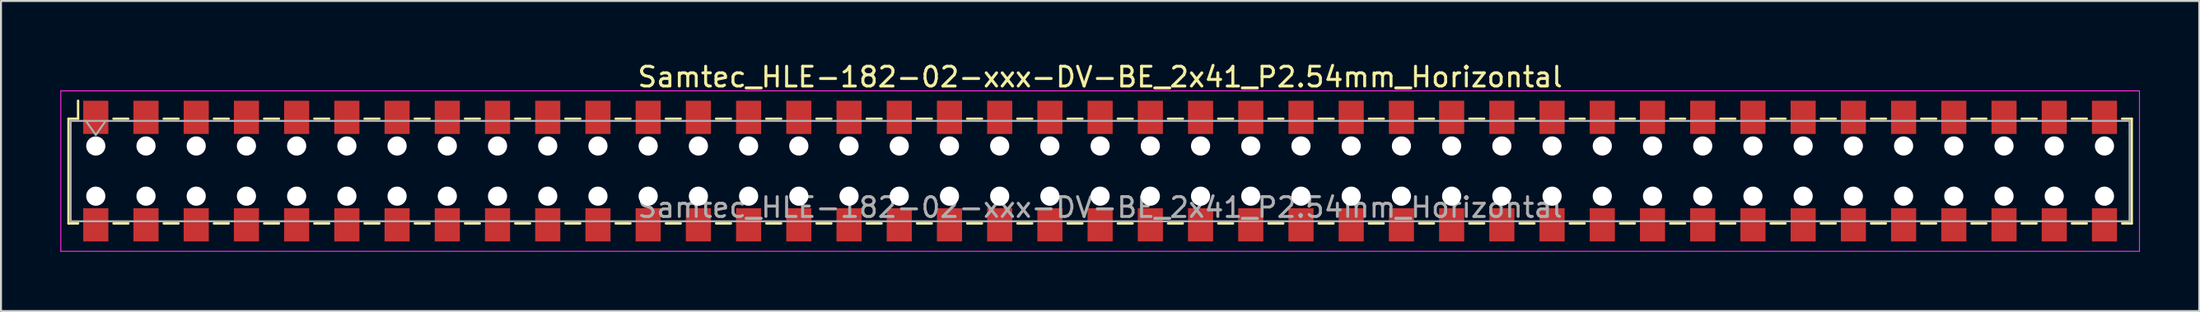
<source format=kicad_pcb>
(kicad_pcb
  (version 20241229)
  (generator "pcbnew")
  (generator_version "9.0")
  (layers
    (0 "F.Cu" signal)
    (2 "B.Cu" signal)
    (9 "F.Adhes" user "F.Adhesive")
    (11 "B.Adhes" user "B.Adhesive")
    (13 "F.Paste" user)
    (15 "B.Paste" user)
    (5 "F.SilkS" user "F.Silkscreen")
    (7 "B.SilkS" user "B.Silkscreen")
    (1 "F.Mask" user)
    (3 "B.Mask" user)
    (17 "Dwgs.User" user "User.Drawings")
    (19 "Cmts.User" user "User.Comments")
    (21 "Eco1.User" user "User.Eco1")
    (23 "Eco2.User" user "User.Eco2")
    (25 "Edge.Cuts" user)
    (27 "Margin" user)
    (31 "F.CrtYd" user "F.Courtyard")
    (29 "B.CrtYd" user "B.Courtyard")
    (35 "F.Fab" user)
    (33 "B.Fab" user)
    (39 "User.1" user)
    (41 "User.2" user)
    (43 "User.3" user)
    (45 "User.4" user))
  (footprint "Samtec_HLE-182-02-xxx-DV-BE_2x41_P2.54mm_Horizontal"
    (layer "F.Cu")
    (at 52.595 5.608)
    (property "Reference" "Samtec_HLE-182-02-xxx-DV-BE_2x41_P2.54mm_Horizontal" (at 0 -4.76 0) (layer "F.SilkS") (effects (font (size 1 1) (thickness 0.15))))
    (attr smd)
    (fp_line (start -52.18 -2.65) (end -52.18 2.65) (stroke (width 0.12) (type solid)) (layer "F.SilkS"))
    (fp_line (start -52.18 2.65) (end -51.695 2.65) (stroke (width 0.12) (type solid)) (layer "F.SilkS"))
    (fp_line (start -51.695 -3.56) (end -51.695 -2.65) (stroke (width 0.12) (type solid)) (layer "F.SilkS"))
    (fp_line (start -51.695 -2.65) (end -52.18 -2.65) (stroke (width 0.12) (type solid)) (layer "F.SilkS"))
    (fp_line (start -49.905 -2.65) (end -49.155 -2.65) (stroke (width 0.12) (type solid)) (layer "F.SilkS"))
    (fp_line (start -49.905 2.65) (end -49.155 2.65) (stroke (width 0.12) (type solid)) (layer "F.SilkS"))
    (fp_line (start -47.365 -2.65) (end -46.615 -2.65) (stroke (width 0.12) (type solid)) (layer "F.SilkS"))
    (fp_line (start -47.365 2.65) (end -46.615 2.65) (stroke (width 0.12) (type solid)) (layer "F.SilkS"))
    (fp_line (start -44.825 -2.65) (end -44.075 -2.65) (stroke (width 0.12) (type solid)) (layer "F.SilkS"))
    (fp_line (start -44.825 2.65) (end -44.075 2.65) (stroke (width 0.12) (type solid)) (layer "F.SilkS"))
    (fp_line (start -42.285 -2.65) (end -41.535 -2.65) (stroke (width 0.12) (type solid)) (layer "F.SilkS"))
    (fp_line (start -42.285 2.65) (end -41.535 2.65) (stroke (width 0.12) (type solid)) (layer "F.SilkS"))
    (fp_line (start -39.745 -2.65) (end -38.995 -2.65) (stroke (width 0.12) (type solid)) (layer "F.SilkS"))
    (fp_line (start -39.745 2.65) (end -38.995 2.65) (stroke (width 0.12) (type solid)) (layer "F.SilkS"))
    (fp_line (start -37.205 -2.65) (end -36.455 -2.65) (stroke (width 0.12) (type solid)) (layer "F.SilkS"))
    (fp_line (start -37.205 2.65) (end -36.455 2.65) (stroke (width 0.12) (type solid)) (layer "F.SilkS"))
    (fp_line (start -34.665 -2.65) (end -33.915 -2.65) (stroke (width 0.12) (type solid)) (layer "F.SilkS"))
    (fp_line (start -34.665 2.65) (end -33.915 2.65) (stroke (width 0.12) (type solid)) (layer "F.SilkS"))
    (fp_line (start -32.125 -2.65) (end -31.375 -2.65) (stroke (width 0.12) (type solid)) (layer "F.SilkS"))
    (fp_line (start -32.125 2.65) (end -31.375 2.65) (stroke (width 0.12) (type solid)) (layer "F.SilkS"))
    (fp_line (start -29.585 -2.65) (end -28.835 -2.65) (stroke (width 0.12) (type solid)) (layer "F.SilkS"))
    (fp_line (start -29.585 2.65) (end -28.835 2.65) (stroke (width 0.12) (type solid)) (layer "F.SilkS"))
    (fp_line (start -27.045 -2.65) (end -26.295 -2.65) (stroke (width 0.12) (type solid)) (layer "F.SilkS"))
    (fp_line (start -27.045 2.65) (end -26.295 2.65) (stroke (width 0.12) (type solid)) (layer "F.SilkS"))
    (fp_line (start -24.505 -2.65) (end -23.755 -2.65) (stroke (width 0.12) (type solid)) (layer "F.SilkS"))
    (fp_line (start -24.505 2.65) (end -23.755 2.65) (stroke (width 0.12) (type solid)) (layer "F.SilkS"))
    (fp_line (start -21.965 -2.65) (end -21.215 -2.65) (stroke (width 0.12) (type solid)) (layer "F.SilkS"))
    (fp_line (start -21.965 2.65) (end -21.215 2.65) (stroke (width 0.12) (type solid)) (layer "F.SilkS"))
    (fp_line (start -19.425 -2.65) (end -18.675 -2.65) (stroke (width 0.12) (type solid)) (layer "F.SilkS"))
    (fp_line (start -19.425 2.65) (end -18.675 2.65) (stroke (width 0.12) (type solid)) (layer "F.SilkS"))
    (fp_line (start -16.885 -2.65) (end -16.135 -2.65) (stroke (width 0.12) (type solid)) (layer "F.SilkS"))
    (fp_line (start -16.885 2.65) (end -16.135 2.65) (stroke (width 0.12) (type solid)) (layer "F.SilkS"))
    (fp_line (start -14.345 -2.65) (end -13.595 -2.65) (stroke (width 0.12) (type solid)) (layer "F.SilkS"))
    (fp_line (start -14.345 2.65) (end -13.595 2.65) (stroke (width 0.12) (type solid)) (layer "F.SilkS"))
    (fp_line (start -11.805 -2.65) (end -11.055 -2.65) (stroke (width 0.12) (type solid)) (layer "F.SilkS"))
    (fp_line (start -11.805 2.65) (end -11.055 2.65) (stroke (width 0.12) (type solid)) (layer "F.SilkS"))
    (fp_line (start -9.265 -2.65) (end -8.515 -2.65) (stroke (width 0.12) (type solid)) (layer "F.SilkS"))
    (fp_line (start -9.265 2.65) (end -8.515 2.65) (stroke (width 0.12) (type solid)) (layer "F.SilkS"))
    (fp_line (start -6.725 -2.65) (end -5.975 -2.65) (stroke (width 0.12) (type solid)) (layer "F.SilkS"))
    (fp_line (start -6.725 2.65) (end -5.975 2.65) (stroke (width 0.12) (type solid)) (layer "F.SilkS"))
    (fp_line (start -4.185 -2.65) (end -3.435 -2.65) (stroke (width 0.12) (type solid)) (layer "F.SilkS"))
    (fp_line (start -4.185 2.65) (end -3.435 2.65) (stroke (width 0.12) (type solid)) (layer "F.SilkS"))
    (fp_line (start -1.645 -2.65) (end -0.895 -2.65) (stroke (width 0.12) (type solid)) (layer "F.SilkS"))
    (fp_line (start -1.645 2.65) (end -0.895 2.65) (stroke (width 0.12) (type solid)) (layer "F.SilkS"))
    (fp_line (start 0.895 -2.65) (end 1.645 -2.65) (stroke (width 0.12) (type solid)) (layer "F.SilkS"))
    (fp_line (start 0.895 2.65) (end 1.645 2.65) (stroke (width 0.12) (type solid)) (layer "F.SilkS"))
    (fp_line (start 3.435 -2.65) (end 4.185 -2.65) (stroke (width 0.12) (type solid)) (layer "F.SilkS"))
    (fp_line (start 3.435 2.65) (end 4.185 2.65) (stroke (width 0.12) (type solid)) (layer "F.SilkS"))
    (fp_line (start 5.975 -2.65) (end 6.725 -2.65) (stroke (width 0.12) (type solid)) (layer "F.SilkS"))
    (fp_line (start 5.975 2.65) (end 6.725 2.65) (stroke (width 0.12) (type solid)) (layer "F.SilkS"))
    (fp_line (start 8.515 -2.65) (end 9.265 -2.65) (stroke (width 0.12) (type solid)) (layer "F.SilkS"))
    (fp_line (start 8.515 2.65) (end 9.265 2.65) (stroke (width 0.12) (type solid)) (layer "F.SilkS"))
    (fp_line (start 11.055 -2.65) (end 11.805 -2.65) (stroke (width 0.12) (type solid)) (layer "F.SilkS"))
    (fp_line (start 11.055 2.65) (end 11.805 2.65) (stroke (width 0.12) (type solid)) (layer "F.SilkS"))
    (fp_line (start 13.595 -2.65) (end 14.345 -2.65) (stroke (width 0.12) (type solid)) (layer "F.SilkS"))
    (fp_line (start 13.595 2.65) (end 14.345 2.65) (stroke (width 0.12) (type solid)) (layer "F.SilkS"))
    (fp_line (start 16.135 -2.65) (end 16.885 -2.65) (stroke (width 0.12) (type solid)) (layer "F.SilkS"))
    (fp_line (start 16.135 2.65) (end 16.885 2.65) (stroke (width 0.12) (type solid)) (layer "F.SilkS"))
    (fp_line (start 18.675 -2.65) (end 19.425 -2.65) (stroke (width 0.12) (type solid)) (layer "F.SilkS"))
    (fp_line (start 18.675 2.65) (end 19.425 2.65) (stroke (width 0.12) (type solid)) (layer "F.SilkS"))
    (fp_line (start 21.215 -2.65) (end 21.965 -2.65) (stroke (width 0.12) (type solid)) (layer "F.SilkS"))
    (fp_line (start 21.215 2.65) (end 21.965 2.65) (stroke (width 0.12) (type solid)) (layer "F.SilkS"))
    (fp_line (start 23.755 -2.65) (end 24.505 -2.65) (stroke (width 0.12) (type solid)) (layer "F.SilkS"))
    (fp_line (start 23.755 2.65) (end 24.505 2.65) (stroke (width 0.12) (type solid)) (layer "F.SilkS"))
    (fp_line (start 26.295 -2.65) (end 27.045 -2.65) (stroke (width 0.12) (type solid)) (layer "F.SilkS"))
    (fp_line (start 26.295 2.65) (end 27.045 2.65) (stroke (width 0.12) (type solid)) (layer "F.SilkS"))
    (fp_line (start 28.835 -2.65) (end 29.585 -2.65) (stroke (width 0.12) (type solid)) (layer "F.SilkS"))
    (fp_line (start 28.835 2.65) (end 29.585 2.65) (stroke (width 0.12) (type solid)) (layer "F.SilkS"))
    (fp_line (start 31.375 -2.65) (end 32.125 -2.65) (stroke (width 0.12) (type solid)) (layer "F.SilkS"))
    (fp_line (start 31.375 2.65) (end 32.125 2.65) (stroke (width 0.12) (type solid)) (layer "F.SilkS"))
    (fp_line (start 33.915 -2.65) (end 34.665 -2.65) (stroke (width 0.12) (type solid)) (layer "F.SilkS"))
    (fp_line (start 33.915 2.65) (end 34.665 2.65) (stroke (width 0.12) (type solid)) (layer "F.SilkS"))
    (fp_line (start 36.455 -2.65) (end 37.205 -2.65) (stroke (width 0.12) (type solid)) (layer "F.SilkS"))
    (fp_line (start 36.455 2.65) (end 37.205 2.65) (stroke (width 0.12) (type solid)) (layer "F.SilkS"))
    (fp_line (start 38.995 -2.65) (end 39.745 -2.65) (stroke (width 0.12) (type solid)) (layer "F.SilkS"))
    (fp_line (start 38.995 2.65) (end 39.745 2.65) (stroke (width 0.12) (type solid)) (layer "F.SilkS"))
    (fp_line (start 41.535 -2.65) (end 42.285 -2.65) (stroke (width 0.12) (type solid)) (layer "F.SilkS"))
    (fp_line (start 41.535 2.65) (end 42.285 2.65) (stroke (width 0.12) (type solid)) (layer "F.SilkS"))
    (fp_line (start 44.075 -2.65) (end 44.825 -2.65) (stroke (width 0.12) (type solid)) (layer "F.SilkS"))
    (fp_line (start 44.075 2.65) (end 44.825 2.65) (stroke (width 0.12) (type solid)) (layer "F.SilkS"))
    (fp_line (start 46.615 -2.65) (end 47.365 -2.65) (stroke (width 0.12) (type solid)) (layer "F.SilkS"))
    (fp_line (start 46.615 2.65) (end 47.365 2.65) (stroke (width 0.12) (type solid)) (layer "F.SilkS"))
    (fp_line (start 49.155 -2.65) (end 49.905 -2.65) (stroke (width 0.12) (type solid)) (layer "F.SilkS"))
    (fp_line (start 49.155 2.65) (end 49.905 2.65) (stroke (width 0.12) (type solid)) (layer "F.SilkS"))
    (fp_line (start 51.695 -2.65) (end 52.18 -2.65) (stroke (width 0.12) (type solid)) (layer "F.SilkS"))
    (fp_line (start 52.18 -2.65) (end 52.18 2.65) (stroke (width 0.12) (type solid)) (layer "F.SilkS"))
    (fp_line (start 52.18 2.65) (end 51.695 2.65) (stroke (width 0.12) (type solid)) (layer "F.SilkS"))
    (fp_line (start -52.57 -4.06) (end 52.57 -4.06) (stroke (width 0.05) (type solid)) (layer "F.CrtYd"))
    (fp_line (start -52.57 4.06) (end -52.57 -4.06) (stroke (width 0.05) (type solid)) (layer "F.CrtYd"))
    (fp_line (start 52.57 -4.06) (end 52.57 4.06) (stroke (width 0.05) (type solid)) (layer "F.CrtYd"))
    (fp_line (start 52.57 4.06) (end -52.57 4.06) (stroke (width 0.05) (type solid)) (layer "F.CrtYd"))
    (fp_line (start -52.07 -2.54) (end 52.07 -2.54) (stroke (width 0.1) (type solid)) (layer "F.Fab"))
    (fp_line (start -52.07 2.54) (end -52.07 -2.54) (stroke (width 0.1) (type solid)) (layer "F.Fab"))
    (fp_line (start -51.3 -2.54) (end -50.8 -1.833) (stroke (width 0.1) (type solid)) (layer "F.Fab"))
    (fp_line (start -50.8 -1.833) (end -50.3 -2.54) (stroke (width 0.1) (type solid)) (layer "F.Fab"))
    (fp_line (start 52.07 -2.54) (end 52.07 2.54) (stroke (width 0.1) (type solid)) (layer "F.Fab"))
    (fp_line (start 52.07 2.54) (end -52.07 2.54) (stroke (width 0.1) (type solid)) (layer "F.Fab"))
    (fp_text user "${REFERENCE}" (at 0 1.84 0) (layer "F.Fab") (effects (font (size 1 1) (thickness 0.15))))
    (pad "" np_thru_hole circle (at -50.8 -1.27) (size 0.97 0.97) (drill 0.97) (layers "*.Cu" "*.Mask"))
    (pad "" np_thru_hole circle (at -50.8 1.27) (size 0.97 0.97) (drill 0.97) (layers "*.Cu" "*.Mask"))
    (pad "" np_thru_hole circle (at -48.26 -1.27) (size 0.97 0.97) (drill 0.97) (layers "*.Cu" "*.Mask"))
    (pad "" np_thru_hole circle (at -48.26 1.27) (size 0.97 0.97) (drill 0.97) (layers "*.Cu" "*.Mask"))
    (pad "" np_thru_hole circle (at -45.72 -1.27) (size 0.97 0.97) (drill 0.97) (layers "*.Cu" "*.Mask"))
    (pad "" np_thru_hole circle (at -45.72 1.27) (size 0.97 0.97) (drill 0.97) (layers "*.Cu" "*.Mask"))
    (pad "" np_thru_hole circle (at -43.18 -1.27) (size 0.97 0.97) (drill 0.97) (layers "*.Cu" "*.Mask"))
    (pad "" np_thru_hole circle (at -43.18 1.27) (size 0.97 0.97) (drill 0.97) (layers "*.Cu" "*.Mask"))
    (pad "" np_thru_hole circle (at -40.64 -1.27) (size 0.97 0.97) (drill 0.97) (layers "*.Cu" "*.Mask"))
    (pad "" np_thru_hole circle (at -40.64 1.27) (size 0.97 0.97) (drill 0.97) (layers "*.Cu" "*.Mask"))
    (pad "" np_thru_hole circle (at -38.1 -1.27) (size 0.97 0.97) (drill 0.97) (layers "*.Cu" "*.Mask"))
    (pad "" np_thru_hole circle (at -38.1 1.27) (size 0.97 0.97) (drill 0.97) (layers "*.Cu" "*.Mask"))
    (pad "" np_thru_hole circle (at -35.56 -1.27) (size 0.97 0.97) (drill 0.97) (layers "*.Cu" "*.Mask"))
    (pad "" np_thru_hole circle (at -35.56 1.27) (size 0.97 0.97) (drill 0.97) (layers "*.Cu" "*.Mask"))
    (pad "" np_thru_hole circle (at -33.02 -1.27) (size 0.97 0.97) (drill 0.97) (layers "*.Cu" "*.Mask"))
    (pad "" np_thru_hole circle (at -33.02 1.27) (size 0.97 0.97) (drill 0.97) (layers "*.Cu" "*.Mask"))
    (pad "" np_thru_hole circle (at -30.48 -1.27) (size 0.97 0.97) (drill 0.97) (layers "*.Cu" "*.Mask"))
    (pad "" np_thru_hole circle (at -30.48 1.27) (size 0.97 0.97) (drill 0.97) (layers "*.Cu" "*.Mask"))
    (pad "" np_thru_hole circle (at -27.94 -1.27) (size 0.97 0.97) (drill 0.97) (layers "*.Cu" "*.Mask"))
    (pad "" np_thru_hole circle (at -27.94 1.27) (size 0.97 0.97) (drill 0.97) (layers "*.Cu" "*.Mask"))
    (pad "" np_thru_hole circle (at -25.4 -1.27) (size 0.97 0.97) (drill 0.97) (layers "*.Cu" "*.Mask"))
    (pad "" np_thru_hole circle (at -25.4 1.27) (size 0.97 0.97) (drill 0.97) (layers "*.Cu" "*.Mask"))
    (pad "" np_thru_hole circle (at -22.86 -1.27) (size 0.97 0.97) (drill 0.97) (layers "*.Cu" "*.Mask"))
    (pad "" np_thru_hole circle (at -22.86 1.27) (size 0.97 0.97) (drill 0.97) (layers "*.Cu" "*.Mask"))
    (pad "" np_thru_hole circle (at -20.32 -1.27) (size 0.97 0.97) (drill 0.97) (layers "*.Cu" "*.Mask"))
    (pad "" np_thru_hole circle (at -20.32 1.27) (size 0.97 0.97) (drill 0.97) (layers "*.Cu" "*.Mask"))
    (pad "" np_thru_hole circle (at -17.78 -1.27) (size 0.97 0.97) (drill 0.97) (layers "*.Cu" "*.Mask"))
    (pad "" np_thru_hole circle (at -17.78 1.27) (size 0.97 0.97) (drill 0.97) (layers "*.Cu" "*.Mask"))
    (pad "" np_thru_hole circle (at -15.24 -1.27) (size 0.97 0.97) (drill 0.97) (layers "*.Cu" "*.Mask"))
    (pad "" np_thru_hole circle (at -15.24 1.27) (size 0.97 0.97) (drill 0.97) (layers "*.Cu" "*.Mask"))
    (pad "" np_thru_hole circle (at -12.7 -1.27) (size 0.97 0.97) (drill 0.97) (layers "*.Cu" "*.Mask"))
    (pad "" np_thru_hole circle (at -12.7 1.27) (size 0.97 0.97) (drill 0.97) (layers "*.Cu" "*.Mask"))
    (pad "" np_thru_hole circle (at -10.16 -1.27) (size 0.97 0.97) (drill 0.97) (layers "*.Cu" "*.Mask"))
    (pad "" np_thru_hole circle (at -10.16 1.27) (size 0.97 0.97) (drill 0.97) (layers "*.Cu" "*.Mask"))
    (pad "" np_thru_hole circle (at -7.62 -1.27) (size 0.97 0.97) (drill 0.97) (layers "*.Cu" "*.Mask"))
    (pad "" np_thru_hole circle (at -7.62 1.27) (size 0.97 0.97) (drill 0.97) (layers "*.Cu" "*.Mask"))
    (pad "" np_thru_hole circle (at -5.08 -1.27) (size 0.97 0.97) (drill 0.97) (layers "*.Cu" "*.Mask"))
    (pad "" np_thru_hole circle (at -5.08 1.27) (size 0.97 0.97) (drill 0.97) (layers "*.Cu" "*.Mask"))
    (pad "" np_thru_hole circle (at -2.54 -1.27) (size 0.97 0.97) (drill 0.97) (layers "*.Cu" "*.Mask"))
    (pad "" np_thru_hole circle (at -2.54 1.27) (size 0.97 0.97) (drill 0.97) (layers "*.Cu" "*.Mask"))
    (pad "" np_thru_hole circle (at 0 -1.27) (size 0.97 0.97) (drill 0.97) (layers "*.Cu" "*.Mask"))
    (pad "" np_thru_hole circle (at 0 1.27) (size 0.97 0.97) (drill 0.97) (layers "*.Cu" "*.Mask"))
    (pad "" np_thru_hole circle (at 2.54 -1.27) (size 0.97 0.97) (drill 0.97) (layers "*.Cu" "*.Mask"))
    (pad "" np_thru_hole circle (at 2.54 1.27) (size 0.97 0.97) (drill 0.97) (layers "*.Cu" "*.Mask"))
    (pad "" np_thru_hole circle (at 5.08 -1.27) (size 0.97 0.97) (drill 0.97) (layers "*.Cu" "*.Mask"))
    (pad "" np_thru_hole circle (at 5.08 1.27) (size 0.97 0.97) (drill 0.97) (layers "*.Cu" "*.Mask"))
    (pad "" np_thru_hole circle (at 7.62 -1.27) (size 0.97 0.97) (drill 0.97) (layers "*.Cu" "*.Mask"))
    (pad "" np_thru_hole circle (at 7.62 1.27) (size 0.97 0.97) (drill 0.97) (layers "*.Cu" "*.Mask"))
    (pad "" np_thru_hole circle (at 10.16 -1.27) (size 0.97 0.97) (drill 0.97) (layers "*.Cu" "*.Mask"))
    (pad "" np_thru_hole circle (at 10.16 1.27) (size 0.97 0.97) (drill 0.97) (layers "*.Cu" "*.Mask"))
    (pad "" np_thru_hole circle (at 12.7 -1.27) (size 0.97 0.97) (drill 0.97) (layers "*.Cu" "*.Mask"))
    (pad "" np_thru_hole circle (at 12.7 1.27) (size 0.97 0.97) (drill 0.97) (layers "*.Cu" "*.Mask"))
    (pad "" np_thru_hole circle (at 15.24 -1.27) (size 0.97 0.97) (drill 0.97) (layers "*.Cu" "*.Mask"))
    (pad "" np_thru_hole circle (at 15.24 1.27) (size 0.97 0.97) (drill 0.97) (layers "*.Cu" "*.Mask"))
    (pad "" np_thru_hole circle (at 17.78 -1.27) (size 0.97 0.97) (drill 0.97) (layers "*.Cu" "*.Mask"))
    (pad "" np_thru_hole circle (at 17.78 1.27) (size 0.97 0.97) (drill 0.97) (layers "*.Cu" "*.Mask"))
    (pad "" np_thru_hole circle (at 20.32 -1.27) (size 0.97 0.97) (drill 0.97) (layers "*.Cu" "*.Mask"))
    (pad "" np_thru_hole circle (at 20.32 1.27) (size 0.97 0.97) (drill 0.97) (layers "*.Cu" "*.Mask"))
    (pad "" np_thru_hole circle (at 22.86 -1.27) (size 0.97 0.97) (drill 0.97) (layers "*.Cu" "*.Mask"))
    (pad "" np_thru_hole circle (at 22.86 1.27) (size 0.97 0.97) (drill 0.97) (layers "*.Cu" "*.Mask"))
    (pad "" np_thru_hole circle (at 25.4 -1.27) (size 0.97 0.97) (drill 0.97) (layers "*.Cu" "*.Mask"))
    (pad "" np_thru_hole circle (at 25.4 1.27) (size 0.97 0.97) (drill 0.97) (layers "*.Cu" "*.Mask"))
    (pad "" np_thru_hole circle (at 27.94 -1.27) (size 0.97 0.97) (drill 0.97) (layers "*.Cu" "*.Mask"))
    (pad "" np_thru_hole circle (at 27.94 1.27) (size 0.97 0.97) (drill 0.97) (layers "*.Cu" "*.Mask"))
    (pad "" np_thru_hole circle (at 30.48 -1.27) (size 0.97 0.97) (drill 0.97) (layers "*.Cu" "*.Mask"))
    (pad "" np_thru_hole circle (at 30.48 1.27) (size 0.97 0.97) (drill 0.97) (layers "*.Cu" "*.Mask"))
    (pad "" np_thru_hole circle (at 33.02 -1.27) (size 0.97 0.97) (drill 0.97) (layers "*.Cu" "*.Mask"))
    (pad "" np_thru_hole circle (at 33.02 1.27) (size 0.97 0.97) (drill 0.97) (layers "*.Cu" "*.Mask"))
    (pad "" np_thru_hole circle (at 35.56 -1.27) (size 0.97 0.97) (drill 0.97) (layers "*.Cu" "*.Mask"))
    (pad "" np_thru_hole circle (at 35.56 1.27) (size 0.97 0.97) (drill 0.97) (layers "*.Cu" "*.Mask"))
    (pad "" np_thru_hole circle (at 38.1 -1.27) (size 0.97 0.97) (drill 0.97) (layers "*.Cu" "*.Mask"))
    (pad "" np_thru_hole circle (at 38.1 1.27) (size 0.97 0.97) (drill 0.97) (layers "*.Cu" "*.Mask"))
    (pad "" np_thru_hole circle (at 40.64 -1.27) (size 0.97 0.97) (drill 0.97) (layers "*.Cu" "*.Mask"))
    (pad "" np_thru_hole circle (at 40.64 1.27) (size 0.97 0.97) (drill 0.97) (layers "*.Cu" "*.Mask"))
    (pad "" np_thru_hole circle (at 43.18 -1.27) (size 0.97 0.97) (drill 0.97) (layers "*.Cu" "*.Mask"))
    (pad "" np_thru_hole circle (at 43.18 1.27) (size 0.97 0.97) (drill 0.97) (layers "*.Cu" "*.Mask"))
    (pad "" np_thru_hole circle (at 45.72 -1.27) (size 0.97 0.97) (drill 0.97) (layers "*.Cu" "*.Mask"))
    (pad "" np_thru_hole circle (at 45.72 1.27) (size 0.97 0.97) (drill 0.97) (layers "*.Cu" "*.Mask"))
    (pad "" np_thru_hole circle (at 48.26 -1.27) (size 0.97 0.97) (drill 0.97) (layers "*.Cu" "*.Mask"))
    (pad "" np_thru_hole circle (at 48.26 1.27) (size 0.97 0.97) (drill 0.97) (layers "*.Cu" "*.Mask"))
    (pad "" np_thru_hole circle (at 50.8 -1.27) (size 0.97 0.97) (drill 0.97) (layers "*.Cu" "*.Mask"))
    (pad "" np_thru_hole circle (at 50.8 1.27) (size 0.97 0.97) (drill 0.97) (layers "*.Cu" "*.Mask"))
    (pad "1" smd rect (at -50.8 -2.72) (size 1.27 1.68) (layers "F.Cu" "F.Mask" "F.Paste"))
    (pad "2" smd rect (at -50.8 2.72) (size 1.27 1.68) (layers "F.Cu" "F.Mask" "F.Paste"))
    (pad "3" smd rect (at -48.26 -2.72) (size 1.27 1.68) (layers "F.Cu" "F.Mask" "F.Paste"))
    (pad "4" smd rect (at -48.26 2.72) (size 1.27 1.68) (layers "F.Cu" "F.Mask" "F.Paste"))
    (pad "5" smd rect (at -45.72 -2.72) (size 1.27 1.68) (layers "F.Cu" "F.Mask" "F.Paste"))
    (pad "6" smd rect (at -45.72 2.72) (size 1.27 1.68) (layers "F.Cu" "F.Mask" "F.Paste"))
    (pad "7" smd rect (at -43.18 -2.72) (size 1.27 1.68) (layers "F.Cu" "F.Mask" "F.Paste"))
    (pad "8" smd rect (at -43.18 2.72) (size 1.27 1.68) (layers "F.Cu" "F.Mask" "F.Paste"))
    (pad "9" smd rect (at -40.64 -2.72) (size 1.27 1.68) (layers "F.Cu" "F.Mask" "F.Paste"))
    (pad "10" smd rect (at -40.64 2.72) (size 1.27 1.68) (layers "F.Cu" "F.Mask" "F.Paste"))
    (pad "11" smd rect (at -38.1 -2.72) (size 1.27 1.68) (layers "F.Cu" "F.Mask" "F.Paste"))
    (pad "12" smd rect (at -38.1 2.72) (size 1.27 1.68) (layers "F.Cu" "F.Mask" "F.Paste"))
    (pad "13" smd rect (at -35.56 -2.72) (size 1.27 1.68) (layers "F.Cu" "F.Mask" "F.Paste"))
    (pad "14" smd rect (at -35.56 2.72) (size 1.27 1.68) (layers "F.Cu" "F.Mask" "F.Paste"))
    (pad "15" smd rect (at -33.02 -2.72) (size 1.27 1.68) (layers "F.Cu" "F.Mask" "F.Paste"))
    (pad "16" smd rect (at -33.02 2.72) (size 1.27 1.68) (layers "F.Cu" "F.Mask" "F.Paste"))
    (pad "17" smd rect (at -30.48 -2.72) (size 1.27 1.68) (layers "F.Cu" "F.Mask" "F.Paste"))
    (pad "18" smd rect (at -30.48 2.72) (size 1.27 1.68) (layers "F.Cu" "F.Mask" "F.Paste"))
    (pad "19" smd rect (at -27.94 -2.72) (size 1.27 1.68) (layers "F.Cu" "F.Mask" "F.Paste"))
    (pad "20" smd rect (at -27.94 2.72) (size 1.27 1.68) (layers "F.Cu" "F.Mask" "F.Paste"))
    (pad "21" smd rect (at -25.4 -2.72) (size 1.27 1.68) (layers "F.Cu" "F.Mask" "F.Paste"))
    (pad "22" smd rect (at -25.4 2.72) (size 1.27 1.68) (layers "F.Cu" "F.Mask" "F.Paste"))
    (pad "23" smd rect (at -22.86 -2.72) (size 1.27 1.68) (layers "F.Cu" "F.Mask" "F.Paste"))
    (pad "24" smd rect (at -22.86 2.72) (size 1.27 1.68) (layers "F.Cu" "F.Mask" "F.Paste"))
    (pad "25" smd rect (at -20.32 -2.72) (size 1.27 1.68) (layers "F.Cu" "F.Mask" "F.Paste"))
    (pad "26" smd rect (at -20.32 2.72) (size 1.27 1.68) (layers "F.Cu" "F.Mask" "F.Paste"))
    (pad "27" smd rect (at -17.78 -2.72) (size 1.27 1.68) (layers "F.Cu" "F.Mask" "F.Paste"))
    (pad "28" smd rect (at -17.78 2.72) (size 1.27 1.68) (layers "F.Cu" "F.Mask" "F.Paste"))
    (pad "29" smd rect (at -15.24 -2.72) (size 1.27 1.68) (layers "F.Cu" "F.Mask" "F.Paste"))
    (pad "30" smd rect (at -15.24 2.72) (size 1.27 1.68) (layers "F.Cu" "F.Mask" "F.Paste"))
    (pad "31" smd rect (at -12.7 -2.72) (size 1.27 1.68) (layers "F.Cu" "F.Mask" "F.Paste"))
    (pad "32" smd rect (at -12.7 2.72) (size 1.27 1.68) (layers "F.Cu" "F.Mask" "F.Paste"))
    (pad "33" smd rect (at -10.16 -2.72) (size 1.27 1.68) (layers "F.Cu" "F.Mask" "F.Paste"))
    (pad "34" smd rect (at -10.16 2.72) (size 1.27 1.68) (layers "F.Cu" "F.Mask" "F.Paste"))
    (pad "35" smd rect (at -7.62 -2.72) (size 1.27 1.68) (layers "F.Cu" "F.Mask" "F.Paste"))
    (pad "36" smd rect (at -7.62 2.72) (size 1.27 1.68) (layers "F.Cu" "F.Mask" "F.Paste"))
    (pad "37" smd rect (at -5.08 -2.72) (size 1.27 1.68) (layers "F.Cu" "F.Mask" "F.Paste"))
    (pad "38" smd rect (at -5.08 2.72) (size 1.27 1.68) (layers "F.Cu" "F.Mask" "F.Paste"))
    (pad "39" smd rect (at -2.54 -2.72) (size 1.27 1.68) (layers "F.Cu" "F.Mask" "F.Paste"))
    (pad "40" smd rect (at -2.54 2.72) (size 1.27 1.68) (layers "F.Cu" "F.Mask" "F.Paste"))
    (pad "41" smd rect (at 0 -2.72) (size 1.27 1.68) (layers "F.Cu" "F.Mask" "F.Paste"))
    (pad "42" smd rect (at 0 2.72) (size 1.27 1.68) (layers "F.Cu" "F.Mask" "F.Paste"))
    (pad "43" smd rect (at 2.54 -2.72) (size 1.27 1.68) (layers "F.Cu" "F.Mask" "F.Paste"))
    (pad "44" smd rect (at 2.54 2.72) (size 1.27 1.68) (layers "F.Cu" "F.Mask" "F.Paste"))
    (pad "45" smd rect (at 5.08 -2.72) (size 1.27 1.68) (layers "F.Cu" "F.Mask" "F.Paste"))
    (pad "46" smd rect (at 5.08 2.72) (size 1.27 1.68) (layers "F.Cu" "F.Mask" "F.Paste"))
    (pad "47" smd rect (at 7.62 -2.72) (size 1.27 1.68) (layers "F.Cu" "F.Mask" "F.Paste"))
    (pad "48" smd rect (at 7.62 2.72) (size 1.27 1.68) (layers "F.Cu" "F.Mask" "F.Paste"))
    (pad "49" smd rect (at 10.16 -2.72) (size 1.27 1.68) (layers "F.Cu" "F.Mask" "F.Paste"))
    (pad "50" smd rect (at 10.16 2.72) (size 1.27 1.68) (layers "F.Cu" "F.Mask" "F.Paste"))
    (pad "51" smd rect (at 12.7 -2.72) (size 1.27 1.68) (layers "F.Cu" "F.Mask" "F.Paste"))
    (pad "52" smd rect (at 12.7 2.72) (size 1.27 1.68) (layers "F.Cu" "F.Mask" "F.Paste"))
    (pad "53" smd rect (at 15.24 -2.72) (size 1.27 1.68) (layers "F.Cu" "F.Mask" "F.Paste"))
    (pad "54" smd rect (at 15.24 2.72) (size 1.27 1.68) (layers "F.Cu" "F.Mask" "F.Paste"))
    (pad "55" smd rect (at 17.78 -2.72) (size 1.27 1.68) (layers "F.Cu" "F.Mask" "F.Paste"))
    (pad "56" smd rect (at 17.78 2.72) (size 1.27 1.68) (layers "F.Cu" "F.Mask" "F.Paste"))
    (pad "57" smd rect (at 20.32 -2.72) (size 1.27 1.68) (layers "F.Cu" "F.Mask" "F.Paste"))
    (pad "58" smd rect (at 20.32 2.72) (size 1.27 1.68) (layers "F.Cu" "F.Mask" "F.Paste"))
    (pad "59" smd rect (at 22.86 -2.72) (size 1.27 1.68) (layers "F.Cu" "F.Mask" "F.Paste"))
    (pad "60" smd rect (at 22.86 2.72) (size 1.27 1.68) (layers "F.Cu" "F.Mask" "F.Paste"))
    (pad "61" smd rect (at 25.4 -2.72) (size 1.27 1.68) (layers "F.Cu" "F.Mask" "F.Paste"))
    (pad "62" smd rect (at 25.4 2.72) (size 1.27 1.68) (layers "F.Cu" "F.Mask" "F.Paste"))
    (pad "63" smd rect (at 27.94 -2.72) (size 1.27 1.68) (layers "F.Cu" "F.Mask" "F.Paste"))
    (pad "64" smd rect (at 27.94 2.72) (size 1.27 1.68) (layers "F.Cu" "F.Mask" "F.Paste"))
    (pad "65" smd rect (at 30.48 -2.72) (size 1.27 1.68) (layers "F.Cu" "F.Mask" "F.Paste"))
    (pad "66" smd rect (at 30.48 2.72) (size 1.27 1.68) (layers "F.Cu" "F.Mask" "F.Paste"))
    (pad "67" smd rect (at 33.02 -2.72) (size 1.27 1.68) (layers "F.Cu" "F.Mask" "F.Paste"))
    (pad "68" smd rect (at 33.02 2.72) (size 1.27 1.68) (layers "F.Cu" "F.Mask" "F.Paste"))
    (pad "69" smd rect (at 35.56 -2.72) (size 1.27 1.68) (layers "F.Cu" "F.Mask" "F.Paste"))
    (pad "70" smd rect (at 35.56 2.72) (size 1.27 1.68) (layers "F.Cu" "F.Mask" "F.Paste"))
    (pad "71" smd rect (at 38.1 -2.72) (size 1.27 1.68) (layers "F.Cu" "F.Mask" "F.Paste"))
    (pad "72" smd rect (at 38.1 2.72) (size 1.27 1.68) (layers "F.Cu" "F.Mask" "F.Paste"))
    (pad "73" smd rect (at 40.64 -2.72) (size 1.27 1.68) (layers "F.Cu" "F.Mask" "F.Paste"))
    (pad "74" smd rect (at 40.64 2.72) (size 1.27 1.68) (layers "F.Cu" "F.Mask" "F.Paste"))
    (pad "75" smd rect (at 43.18 -2.72) (size 1.27 1.68) (layers "F.Cu" "F.Mask" "F.Paste"))
    (pad "76" smd rect (at 43.18 2.72) (size 1.27 1.68) (layers "F.Cu" "F.Mask" "F.Paste"))
    (pad "77" smd rect (at 45.72 -2.72) (size 1.27 1.68) (layers "F.Cu" "F.Mask" "F.Paste"))
    (pad "78" smd rect (at 45.72 2.72) (size 1.27 1.68) (layers "F.Cu" "F.Mask" "F.Paste"))
    (pad "79" smd rect (at 48.26 -2.72) (size 1.27 1.68) (layers "F.Cu" "F.Mask" "F.Paste"))
    (pad "80" smd rect (at 48.26 2.72) (size 1.27 1.68) (layers "F.Cu" "F.Mask" "F.Paste"))
    (pad "81" smd rect (at 50.8 -2.72) (size 1.27 1.68) (layers "F.Cu" "F.Mask" "F.Paste"))
    (pad "82" smd rect (at 50.8 2.72) (size 1.27 1.68) (layers "F.Cu" "F.Mask" "F.Paste")))
  (gr_rect
    (start -3 -3)
    (end 108.19 12.693)
    (stroke (width 0.1) (type default))
    (fill no)
    (layer "Edge.Cuts")))
</source>
